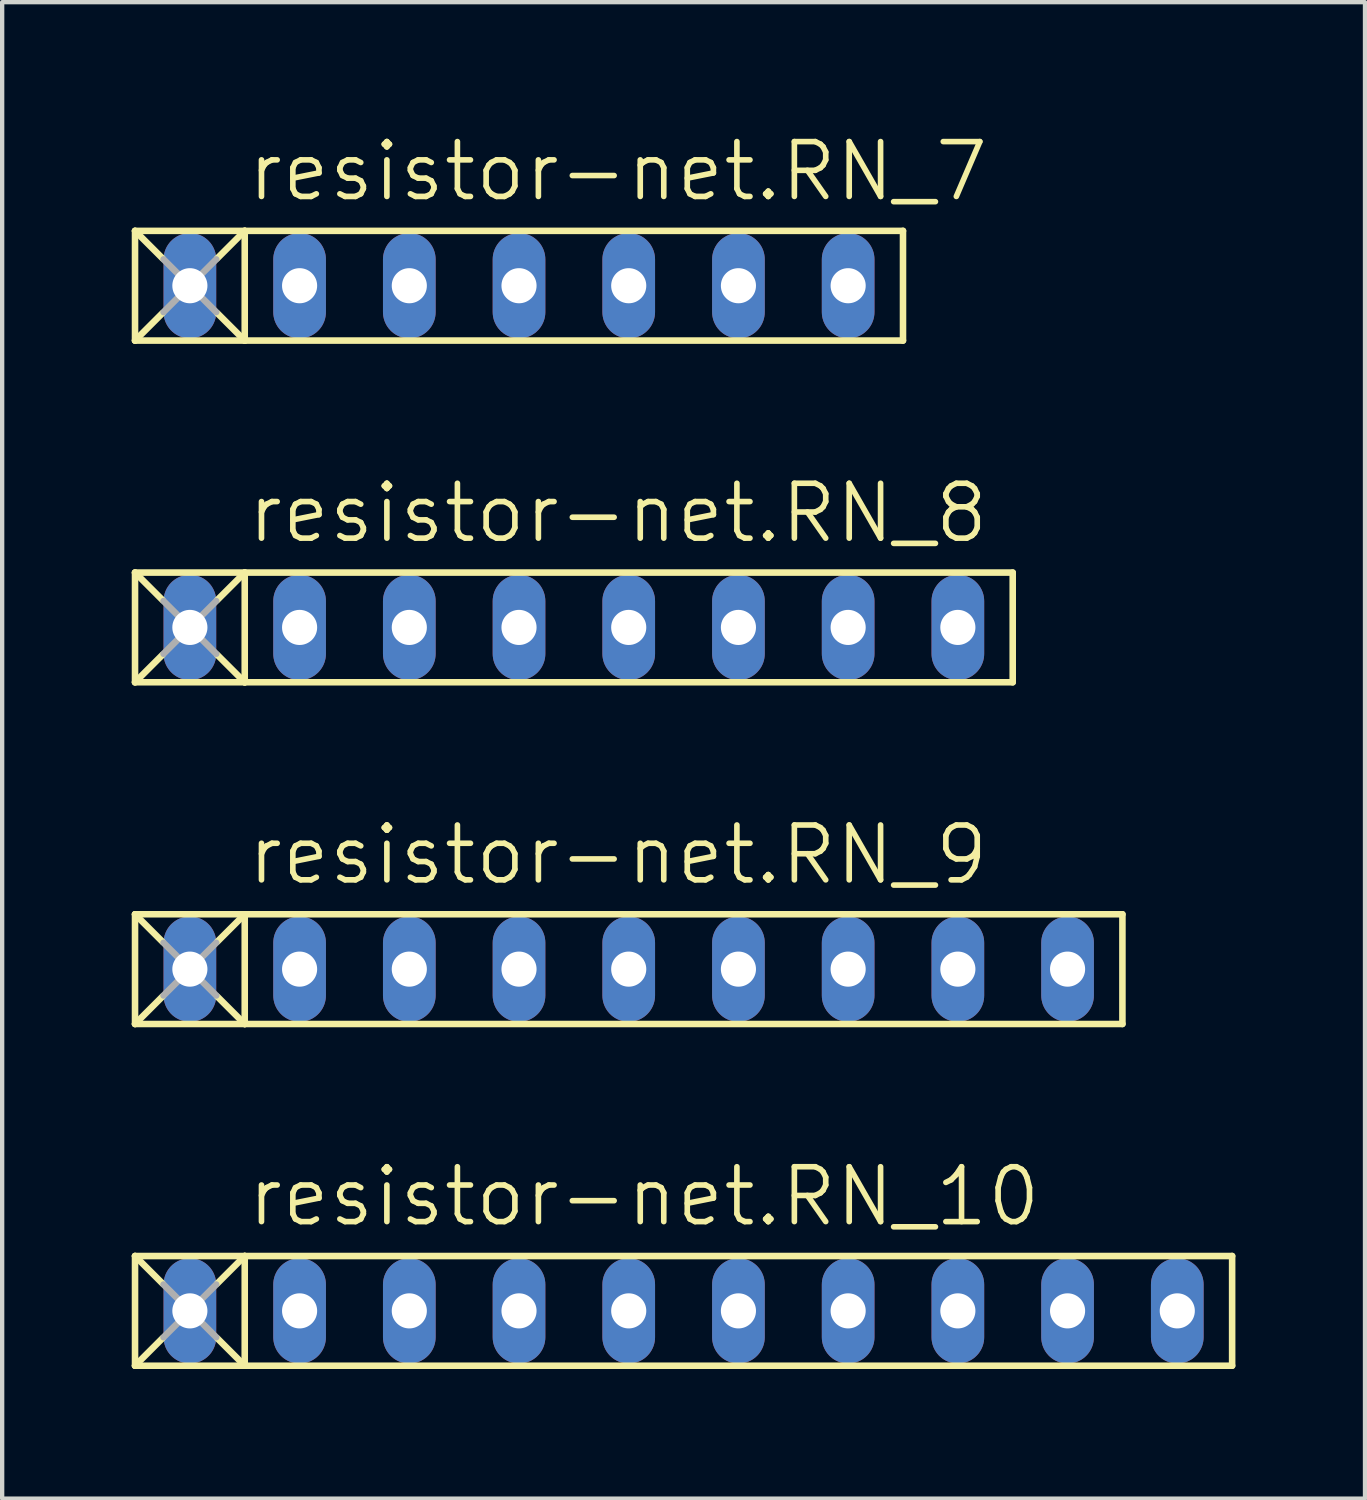
<source format=kicad_pcb>
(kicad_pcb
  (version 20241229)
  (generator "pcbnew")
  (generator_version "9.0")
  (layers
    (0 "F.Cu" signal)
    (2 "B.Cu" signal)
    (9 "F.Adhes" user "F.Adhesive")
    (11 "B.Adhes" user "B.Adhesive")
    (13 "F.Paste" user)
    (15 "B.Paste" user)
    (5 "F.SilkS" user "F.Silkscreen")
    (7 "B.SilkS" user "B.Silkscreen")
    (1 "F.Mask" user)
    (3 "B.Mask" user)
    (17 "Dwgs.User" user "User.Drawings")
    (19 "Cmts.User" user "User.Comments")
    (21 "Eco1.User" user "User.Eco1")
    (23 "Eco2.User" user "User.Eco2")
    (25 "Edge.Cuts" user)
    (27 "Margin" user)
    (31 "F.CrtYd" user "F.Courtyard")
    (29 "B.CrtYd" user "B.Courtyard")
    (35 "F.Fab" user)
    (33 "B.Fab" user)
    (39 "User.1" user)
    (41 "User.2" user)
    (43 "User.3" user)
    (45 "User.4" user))
  (footprint "resistor-net.RN_9"
    (layer "F.Cu")
    (at 11.506 19.387)
    (property "Reference" "resistor-net.RN_9" (at -8.89 -1.905 0) (layer "F.SilkS") (effects (font (size 1.27 1.27) (thickness 0.13)) (justify left bottom)))
    (attr through_hole)
    (fp_line (start -11.43 -1.27) (end -11.43 1.27) (stroke (width 0.152) (type default)) (layer "F.SilkS"))
    (fp_line (start -11.43 -1.27) (end -10.795 -0.635) (stroke (width 0.152) (type default)) (layer "F.SilkS"))
    (fp_line (start -11.43 1.27) (end -10.795 0.635) (stroke (width 0.152) (type default)) (layer "F.SilkS"))
    (fp_line (start -11.43 1.27) (end -8.89 1.27) (stroke (width 0.152) (type default)) (layer "F.SilkS"))
    (fp_line (start -8.89 -1.27) (end -11.43 -1.27) (stroke (width 0.152) (type default)) (layer "F.SilkS"))
    (fp_line (start -8.89 -1.27) (end -9.525 -0.635) (stroke (width 0.152) (type default)) (layer "F.SilkS"))
    (fp_line (start -8.89 -1.27) (end -8.89 1.27) (stroke (width 0.152) (type default)) (layer "F.SilkS"))
    (fp_line (start -8.89 1.27) (end -9.525 0.635) (stroke (width 0.152) (type default)) (layer "F.SilkS"))
    (fp_line (start -8.89 1.27) (end 11.43 1.27) (stroke (width 0.152) (type default)) (layer "F.SilkS"))
    (fp_line (start 11.43 -1.27) (end -8.89 -1.27) (stroke (width 0.152) (type default)) (layer "F.SilkS"))
    (fp_line (start 11.43 1.27) (end 11.43 -1.27) (stroke (width 0.152) (type default)) (layer "F.SilkS"))
    (fp_line (start -10.77 -0.61) (end -9.55 0.61) (stroke (width 0.152) (type default)) (layer "F.Fab"))
    (fp_line (start -10.77 0.61) (end -9.55 -0.61) (stroke (width 0.152) (type default)) (layer "F.Fab"))
    (pad "1" thru_hole oval (at -10.16 0 90) (size 2.438 1.219) (drill 0.813) (layers "*.Cu" "*.Mask"))
    (pad "2" thru_hole oval (at -7.62 0 90) (size 2.438 1.219) (drill 0.813) (layers "*.Cu" "*.Mask"))
    (pad "3" thru_hole oval (at -5.08 0 90) (size 2.438 1.219) (drill 0.813) (layers "*.Cu" "*.Mask"))
    (pad "4" thru_hole oval (at -2.54 0 90) (size 2.438 1.219) (drill 0.813) (layers "*.Cu" "*.Mask"))
    (pad "5" thru_hole oval (at 0 0 90) (size 2.438 1.219) (drill 0.813) (layers "*.Cu" "*.Mask"))
    (pad "6" thru_hole oval (at 2.54 0 90) (size 2.438 1.219) (drill 0.813) (layers "*.Cu" "*.Mask"))
    (pad "7" thru_hole oval (at 5.08 0 90) (size 2.438 1.219) (drill 0.813) (layers "*.Cu" "*.Mask"))
    (pad "8" thru_hole oval (at 7.62 0 90) (size 2.438 1.219) (drill 0.813) (layers "*.Cu" "*.Mask"))
    (pad "9" thru_hole oval (at 10.16 0 90) (size 2.438 1.219) (drill 0.813) (layers "*.Cu" "*.Mask")))
  (footprint "resistor-net.RN_10"
    (layer "F.Cu")
    (at 12.776 27.299)
    (property "Reference" "resistor-net.RN_10" (at -10.16 -1.905 0) (layer "F.SilkS") (effects (font (size 1.27 1.27) (thickness 0.13)) (justify left bottom)))
    (attr through_hole)
    (fp_line (start -12.7 -1.27) (end -12.7 1.27) (stroke (width 0.152) (type default)) (layer "F.SilkS"))
    (fp_line (start -12.7 -1.27) (end -12.065 -0.635) (stroke (width 0.152) (type default)) (layer "F.SilkS"))
    (fp_line (start -12.7 1.27) (end -12.065 0.635) (stroke (width 0.152) (type default)) (layer "F.SilkS"))
    (fp_line (start -12.7 1.27) (end -10.16 1.27) (stroke (width 0.152) (type default)) (layer "F.SilkS"))
    (fp_line (start -10.16 -1.27) (end -12.7 -1.27) (stroke (width 0.152) (type default)) (layer "F.SilkS"))
    (fp_line (start -10.16 -1.27) (end -10.795 -0.635) (stroke (width 0.152) (type default)) (layer "F.SilkS"))
    (fp_line (start -10.16 -1.27) (end -10.16 1.27) (stroke (width 0.152) (type default)) (layer "F.SilkS"))
    (fp_line (start -10.16 1.27) (end -10.795 0.635) (stroke (width 0.152) (type default)) (layer "F.SilkS"))
    (fp_line (start -10.16 1.27) (end 12.7 1.27) (stroke (width 0.152) (type default)) (layer "F.SilkS"))
    (fp_line (start 12.7 -1.27) (end -10.16 -1.27) (stroke (width 0.152) (type default)) (layer "F.SilkS"))
    (fp_line (start 12.7 1.27) (end 12.7 -1.27) (stroke (width 0.152) (type default)) (layer "F.SilkS"))
    (fp_line (start -12.04 -0.61) (end -10.82 0.61) (stroke (width 0.152) (type default)) (layer "F.Fab"))
    (fp_line (start -12.04 0.61) (end -10.82 -0.61) (stroke (width 0.152) (type default)) (layer "F.Fab"))
    (pad "1" thru_hole oval (at -11.43 0 90) (size 2.438 1.219) (drill 0.813) (layers "*.Cu" "*.Mask"))
    (pad "2" thru_hole oval (at -8.89 0 90) (size 2.438 1.219) (drill 0.813) (layers "*.Cu" "*.Mask"))
    (pad "3" thru_hole oval (at -6.35 0 90) (size 2.438 1.219) (drill 0.813) (layers "*.Cu" "*.Mask"))
    (pad "4" thru_hole oval (at -3.81 0 90) (size 2.438 1.219) (drill 0.813) (layers "*.Cu" "*.Mask"))
    (pad "5" thru_hole oval (at -1.27 0 90) (size 2.438 1.219) (drill 0.813) (layers "*.Cu" "*.Mask"))
    (pad "6" thru_hole oval (at 1.27 0 90) (size 2.438 1.219) (drill 0.813) (layers "*.Cu" "*.Mask"))
    (pad "7" thru_hole oval (at 3.81 0 90) (size 2.438 1.219) (drill 0.813) (layers "*.Cu" "*.Mask"))
    (pad "8" thru_hole oval (at 6.35 0 90) (size 2.438 1.219) (drill 0.813) (layers "*.Cu" "*.Mask"))
    (pad "9" thru_hole oval (at 8.89 0 90) (size 2.438 1.219) (drill 0.813) (layers "*.Cu" "*.Mask"))
    (pad "10" thru_hole oval (at 11.43 0 90) (size 2.438 1.219) (drill 0.813) (layers "*.Cu" "*.Mask")))
  (footprint "resistor-net.RN_7"
    (layer "F.Cu")
    (at 8.966 3.565)
    (property "Reference" "resistor-net.RN_7" (at -6.35 -1.905 0) (layer "F.SilkS") (effects (font (size 1.27 1.27) (thickness 0.13)) (justify left bottom)))
    (attr through_hole)
    (fp_line (start -8.89 -1.27) (end -8.89 1.27) (stroke (width 0.152) (type default)) (layer "F.SilkS"))
    (fp_line (start -8.89 -1.27) (end -8.255 -0.635) (stroke (width 0.152) (type default)) (layer "F.SilkS"))
    (fp_line (start -8.89 1.27) (end -8.255 0.635) (stroke (width 0.152) (type default)) (layer "F.SilkS"))
    (fp_line (start -8.89 1.27) (end -6.35 1.27) (stroke (width 0.152) (type default)) (layer "F.SilkS"))
    (fp_line (start -6.35 -1.27) (end -8.89 -1.27) (stroke (width 0.152) (type default)) (layer "F.SilkS"))
    (fp_line (start -6.35 -1.27) (end -6.985 -0.635) (stroke (width 0.152) (type default)) (layer "F.SilkS"))
    (fp_line (start -6.35 -1.27) (end -6.35 1.27) (stroke (width 0.152) (type default)) (layer "F.SilkS"))
    (fp_line (start -6.35 1.27) (end -6.985 0.635) (stroke (width 0.152) (type default)) (layer "F.SilkS"))
    (fp_line (start -6.35 1.27) (end 8.89 1.27) (stroke (width 0.152) (type default)) (layer "F.SilkS"))
    (fp_line (start 8.89 -1.27) (end -6.35 -1.27) (stroke (width 0.152) (type default)) (layer "F.SilkS"))
    (fp_line (start 8.89 1.27) (end 8.89 -1.27) (stroke (width 0.152) (type default)) (layer "F.SilkS"))
    (fp_line (start -8.23 -0.61) (end -7.01 0.61) (stroke (width 0.152) (type default)) (layer "F.Fab"))
    (fp_line (start -8.23 0.61) (end -7.01 -0.61) (stroke (width 0.152) (type default)) (layer "F.Fab"))
    (pad "1" thru_hole oval (at -7.62 0 90) (size 2.438 1.219) (drill 0.813) (layers "*.Cu" "*.Mask"))
    (pad "2" thru_hole oval (at -5.08 0 90) (size 2.438 1.219) (drill 0.813) (layers "*.Cu" "*.Mask"))
    (pad "3" thru_hole oval (at -2.54 0 90) (size 2.438 1.219) (drill 0.813) (layers "*.Cu" "*.Mask"))
    (pad "4" thru_hole oval (at 0 0 90) (size 2.438 1.219) (drill 0.813) (layers "*.Cu" "*.Mask"))
    (pad "5" thru_hole oval (at 2.54 0 90) (size 2.438 1.219) (drill 0.813) (layers "*.Cu" "*.Mask"))
    (pad "6" thru_hole oval (at 5.08 0 90) (size 2.438 1.219) (drill 0.813) (layers "*.Cu" "*.Mask"))
    (pad "7" thru_hole oval (at 7.62 0 90) (size 2.438 1.219) (drill 0.813) (layers "*.Cu" "*.Mask")))
  (footprint "resistor-net.RN_8"
    (layer "F.Cu")
    (at 10.236 11.476)
    (property "Reference" "resistor-net.RN_8" (at -7.62 -1.905 0) (layer "F.SilkS") (effects (font (size 1.27 1.27) (thickness 0.13)) (justify left bottom)))
    (attr through_hole)
    (fp_line (start -10.16 -1.27) (end -10.16 1.27) (stroke (width 0.152) (type default)) (layer "F.SilkS"))
    (fp_line (start -10.16 -1.27) (end -9.525 -0.635) (stroke (width 0.152) (type default)) (layer "F.SilkS"))
    (fp_line (start -10.16 1.27) (end -9.525 0.635) (stroke (width 0.152) (type default)) (layer "F.SilkS"))
    (fp_line (start -10.16 1.27) (end -7.62 1.27) (stroke (width 0.152) (type default)) (layer "F.SilkS"))
    (fp_line (start -7.62 -1.27) (end -10.16 -1.27) (stroke (width 0.152) (type default)) (layer "F.SilkS"))
    (fp_line (start -7.62 -1.27) (end -8.255 -0.635) (stroke (width 0.152) (type default)) (layer "F.SilkS"))
    (fp_line (start -7.62 -1.27) (end -7.62 1.27) (stroke (width 0.152) (type default)) (layer "F.SilkS"))
    (fp_line (start -7.62 1.27) (end -8.255 0.635) (stroke (width 0.152) (type default)) (layer "F.SilkS"))
    (fp_line (start -7.62 1.27) (end 10.16 1.27) (stroke (width 0.152) (type default)) (layer "F.SilkS"))
    (fp_line (start 10.16 -1.27) (end -7.62 -1.27) (stroke (width 0.152) (type default)) (layer "F.SilkS"))
    (fp_line (start 10.16 1.27) (end 10.16 -1.27) (stroke (width 0.152) (type default)) (layer "F.SilkS"))
    (fp_line (start -9.5 -0.61) (end -8.28 0.61) (stroke (width 0.152) (type default)) (layer "F.Fab"))
    (fp_line (start -9.5 0.61) (end -8.28 -0.61) (stroke (width 0.152) (type default)) (layer "F.Fab"))
    (pad "1" thru_hole oval (at -8.89 0 90) (size 2.438 1.219) (drill 0.813) (layers "*.Cu" "*.Mask"))
    (pad "2" thru_hole oval (at -6.35 0 90) (size 2.438 1.219) (drill 0.813) (layers "*.Cu" "*.Mask"))
    (pad "3" thru_hole oval (at -3.81 0 90) (size 2.438 1.219) (drill 0.813) (layers "*.Cu" "*.Mask"))
    (pad "4" thru_hole oval (at -1.27 0 90) (size 2.438 1.219) (drill 0.813) (layers "*.Cu" "*.Mask"))
    (pad "5" thru_hole oval (at 1.27 0 90) (size 2.438 1.219) (drill 0.813) (layers "*.Cu" "*.Mask"))
    (pad "6" thru_hole oval (at 3.81 0 90) (size 2.438 1.219) (drill 0.813) (layers "*.Cu" "*.Mask"))
    (pad "7" thru_hole oval (at 6.35 0 90) (size 2.438 1.219) (drill 0.813) (layers "*.Cu" "*.Mask"))
    (pad "8" thru_hole oval (at 8.89 0 90) (size 2.438 1.219) (drill 0.813) (layers "*.Cu" "*.Mask")))
  (gr_rect
    (start -3 -3)
    (end 28.552 31.645)
    (stroke (width 0.1) (type default))
    (fill no)
    (layer "Edge.Cuts")))
</source>
